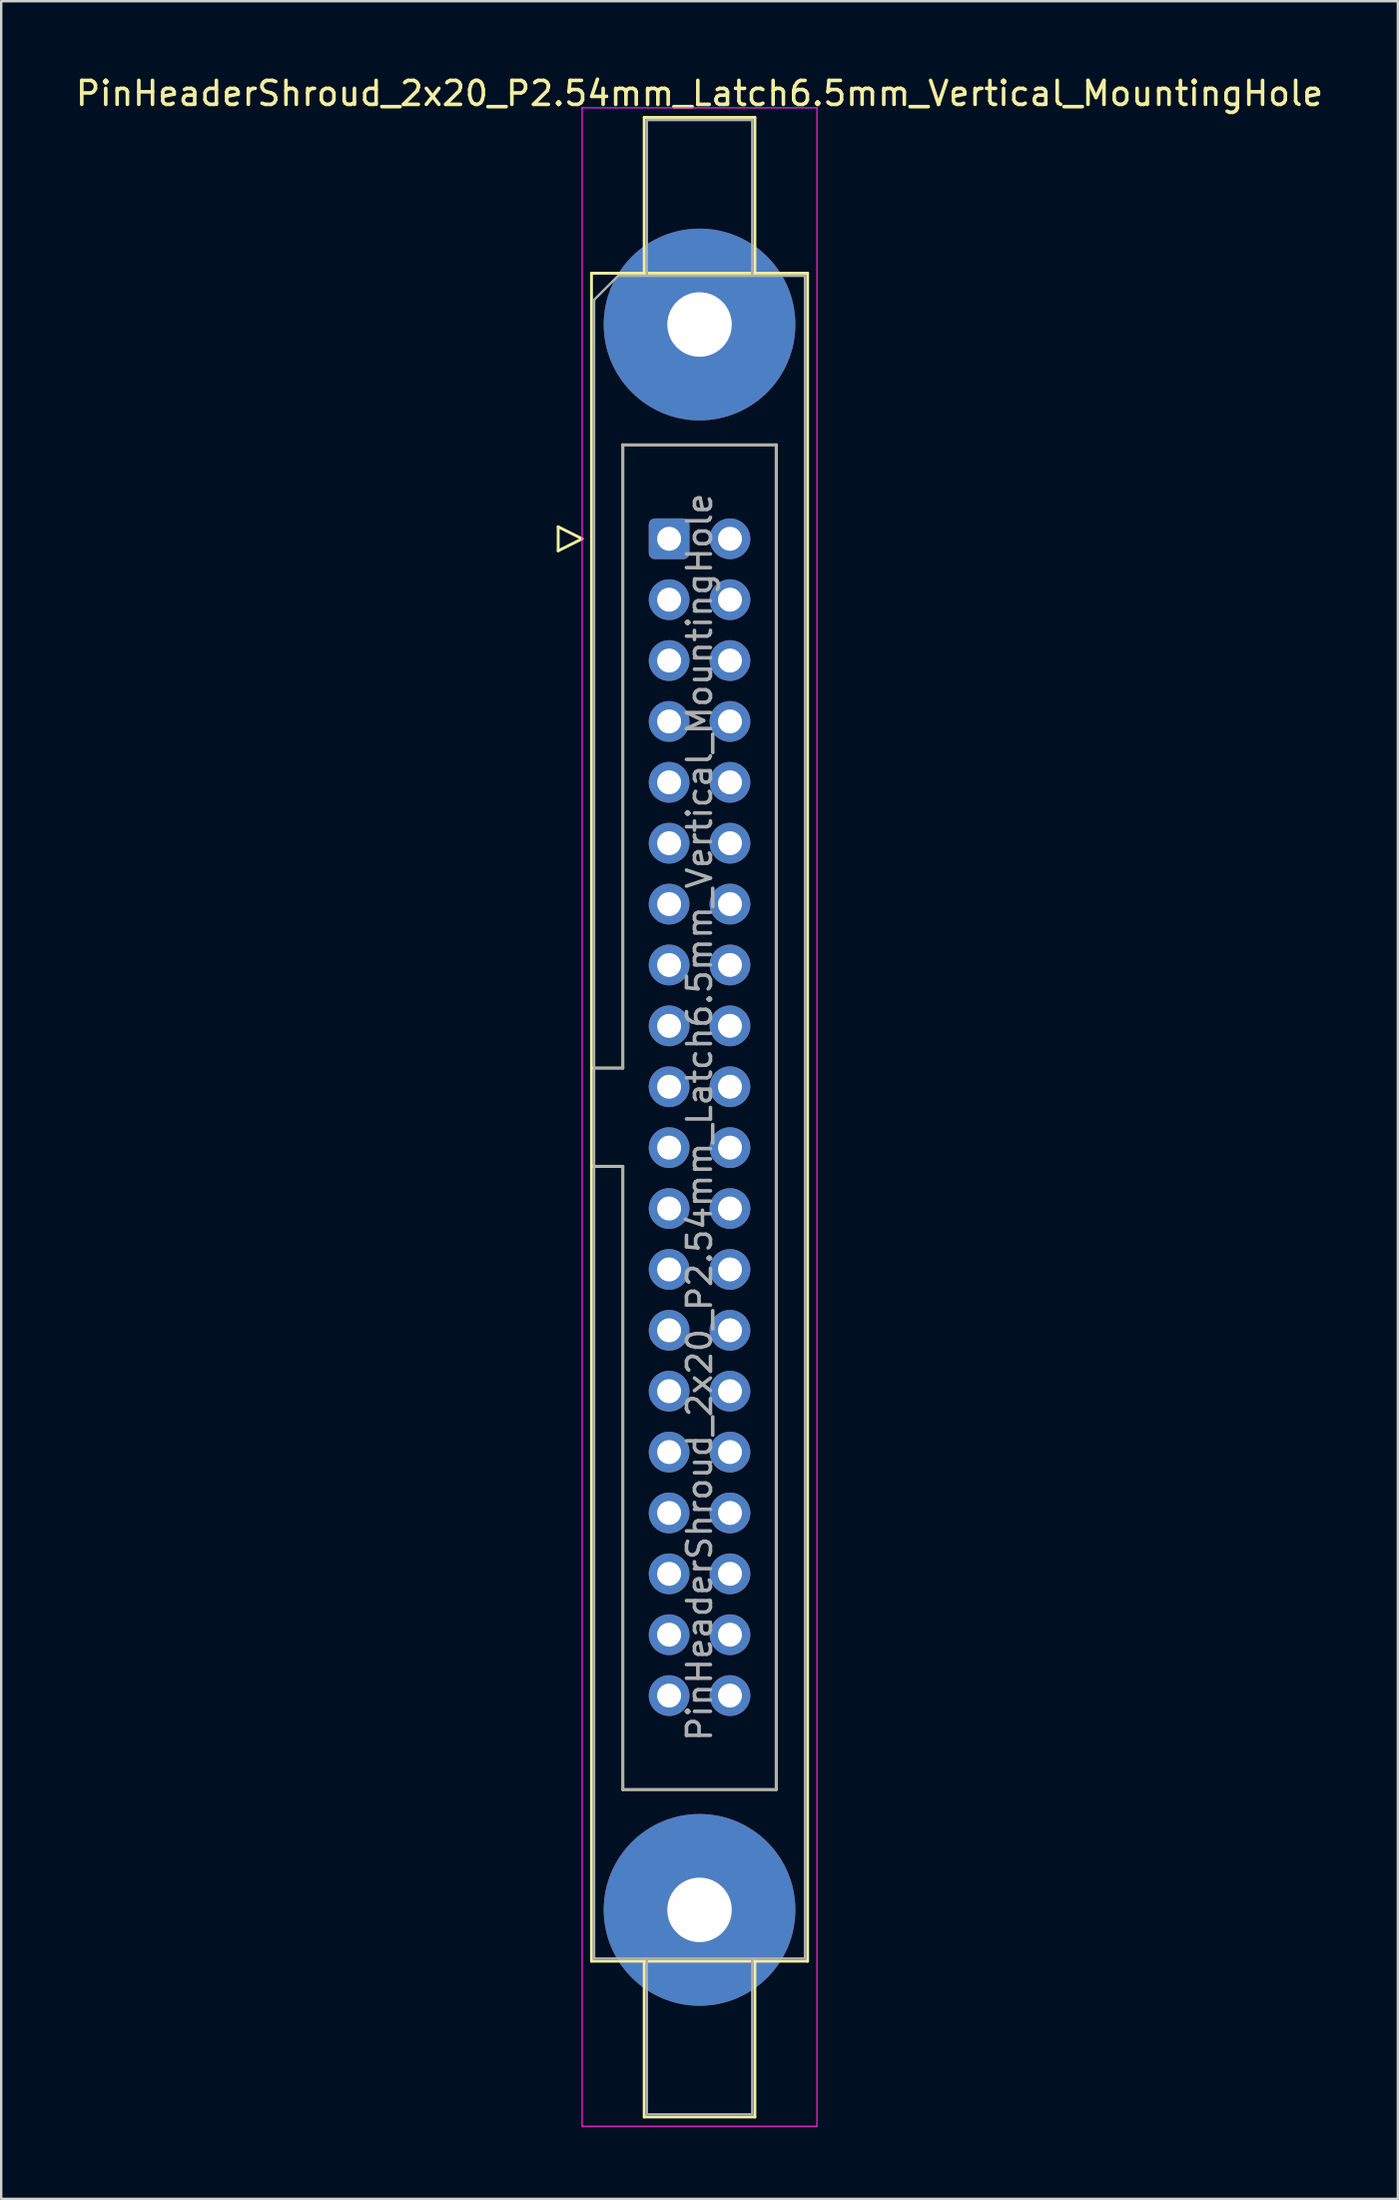
<source format=kicad_pcb>
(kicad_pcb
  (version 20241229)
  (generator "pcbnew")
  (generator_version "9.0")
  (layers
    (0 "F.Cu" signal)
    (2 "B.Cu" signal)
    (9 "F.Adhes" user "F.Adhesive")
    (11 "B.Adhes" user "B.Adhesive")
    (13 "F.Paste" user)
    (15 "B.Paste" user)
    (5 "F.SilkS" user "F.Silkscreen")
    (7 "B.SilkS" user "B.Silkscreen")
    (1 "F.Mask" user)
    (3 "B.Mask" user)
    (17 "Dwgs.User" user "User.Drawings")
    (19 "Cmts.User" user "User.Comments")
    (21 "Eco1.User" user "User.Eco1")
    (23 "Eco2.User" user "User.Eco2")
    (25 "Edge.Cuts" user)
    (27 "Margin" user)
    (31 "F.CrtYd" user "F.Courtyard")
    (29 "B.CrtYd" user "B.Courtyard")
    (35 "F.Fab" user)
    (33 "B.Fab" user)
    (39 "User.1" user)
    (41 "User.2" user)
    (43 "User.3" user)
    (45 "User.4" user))
  (footprint "PinHeaderShroud_2x20_P2.54mm_Latch6.5mm_Vertical_MountingHole"
    (layer "F.Cu")
    (at 24.879 19.428)
    (property "Reference" "PinHeaderShroud_2x20_P2.54mm_Latch6.5mm_Vertical_MountingHole" (at 1.27 -18.58 0) (layer "F.SilkS") (effects (font (size 1 1) (thickness 0.15))))
    (attr through_hole)
    (fp_line (start -4.63 -0.5) (end -4.63 0.5) (stroke (width 0.12) (type solid)) (layer "F.SilkS"))
    (fp_line (start -4.63 0.5) (end -3.63 0) (stroke (width 0.12) (type solid)) (layer "F.SilkS"))
    (fp_line (start -3.63 0) (end -4.63 -0.5) (stroke (width 0.12) (type solid)) (layer "F.SilkS"))
    (fp_line (start -3.24 -11.08) (end 5.78 -11.08) (stroke (width 0.12) (type solid)) (layer "F.SilkS"))
    (fp_line (start -3.24 22.08) (end -1.93 22.08) (stroke (width 0.12) (type solid)) (layer "F.SilkS"))
    (fp_line (start -3.24 26.18) (end -1.93 26.18) (stroke (width 0.12) (type solid)) (layer "F.SilkS"))
    (fp_line (start -3.24 59.34) (end -3.24 -11.08) (stroke (width 0.12) (type solid)) (layer "F.SilkS"))
    (fp_line (start -1.93 -3.92) (end 4.47 -3.92) (stroke (width 0.12) (type solid)) (layer "F.SilkS"))
    (fp_line (start -1.93 22.08) (end -1.93 -3.92) (stroke (width 0.12) (type solid)) (layer "F.SilkS"))
    (fp_line (start -1.93 52.18) (end -1.93 26.18) (stroke (width 0.12) (type solid)) (layer "F.SilkS"))
    (fp_line (start -1.04 -17.58) (end 3.58 -17.58) (stroke (width 0.12) (type solid)) (layer "F.SilkS"))
    (fp_line (start -1.04 -11.08) (end -1.04 -17.58) (stroke (width 0.12) (type solid)) (layer "F.SilkS"))
    (fp_line (start -1.04 59.34) (end -1.04 65.84) (stroke (width 0.12) (type solid)) (layer "F.SilkS"))
    (fp_line (start -1.04 65.84) (end 3.58 65.84) (stroke (width 0.12) (type solid)) (layer "F.SilkS"))
    (fp_line (start 3.58 -17.58) (end 3.58 -11.08) (stroke (width 0.12) (type solid)) (layer "F.SilkS"))
    (fp_line (start 3.58 65.84) (end 3.58 59.34) (stroke (width 0.12) (type solid)) (layer "F.SilkS"))
    (fp_line (start 4.47 -3.92) (end 4.47 52.18) (stroke (width 0.12) (type solid)) (layer "F.SilkS"))
    (fp_line (start 4.47 52.18) (end -1.93 52.18) (stroke (width 0.12) (type solid)) (layer "F.SilkS"))
    (fp_line (start 5.78 -11.08) (end 5.78 59.34) (stroke (width 0.12) (type solid)) (layer "F.SilkS"))
    (fp_line (start 5.78 59.34) (end -3.24 59.34) (stroke (width 0.12) (type solid)) (layer "F.SilkS"))
    (fp_line (start -3.63 -17.98) (end -3.63 66.23) (stroke (width 0.05) (type solid)) (layer "F.CrtYd"))
    (fp_line (start -3.63 66.23) (end 6.17 66.23) (stroke (width 0.05) (type solid)) (layer "F.CrtYd"))
    (fp_line (start 6.17 -17.98) (end -3.63 -17.98) (stroke (width 0.05) (type solid)) (layer "F.CrtYd"))
    (fp_line (start 6.17 66.23) (end 6.17 -17.98) (stroke (width 0.05) (type solid)) (layer "F.CrtYd"))
    (fp_line (start -3.13 -9.97) (end -2.13 -10.97) (stroke (width 0.1) (type solid)) (layer "F.Fab"))
    (fp_line (start -3.13 22.08) (end -1.93 22.08) (stroke (width 0.1) (type solid)) (layer "F.Fab"))
    (fp_line (start -3.13 26.18) (end -1.93 26.18) (stroke (width 0.1) (type solid)) (layer "F.Fab"))
    (fp_line (start -3.13 59.23) (end -3.13 -9.97) (stroke (width 0.1) (type solid)) (layer "F.Fab"))
    (fp_line (start -2.13 -10.97) (end 5.67 -10.97) (stroke (width 0.1) (type solid)) (layer "F.Fab"))
    (fp_line (start -1.93 -3.92) (end 4.47 -3.92) (stroke (width 0.1) (type solid)) (layer "F.Fab"))
    (fp_line (start -1.93 22.08) (end -1.93 -3.92) (stroke (width 0.1) (type solid)) (layer "F.Fab"))
    (fp_line (start -1.93 52.18) (end -1.93 26.18) (stroke (width 0.1) (type solid)) (layer "F.Fab"))
    (fp_line (start -0.93 -17.47) (end 3.47 -17.47) (stroke (width 0.1) (type solid)) (layer "F.Fab"))
    (fp_line (start -0.93 -10.97) (end -0.93 -17.47) (stroke (width 0.1) (type solid)) (layer "F.Fab"))
    (fp_line (start -0.93 59.23) (end -0.93 65.73) (stroke (width 0.1) (type solid)) (layer "F.Fab"))
    (fp_line (start -0.93 65.73) (end 3.47 65.73) (stroke (width 0.1) (type solid)) (layer "F.Fab"))
    (fp_line (start 3.47 -17.47) (end 3.47 -10.97) (stroke (width 0.1) (type solid)) (layer "F.Fab"))
    (fp_line (start 3.47 65.73) (end 3.47 59.23) (stroke (width 0.1) (type solid)) (layer "F.Fab"))
    (fp_line (start 4.47 -3.92) (end 4.47 52.18) (stroke (width 0.1) (type solid)) (layer "F.Fab"))
    (fp_line (start 4.47 52.18) (end -1.93 52.18) (stroke (width 0.1) (type solid)) (layer "F.Fab"))
    (fp_line (start 5.67 -10.97) (end 5.67 59.23) (stroke (width 0.1) (type solid)) (layer "F.Fab"))
    (fp_line (start 5.67 59.23) (end -3.13 59.23) (stroke (width 0.1) (type solid)) (layer "F.Fab"))
    (fp_text user "${REFERENCE}" (at 1.27 24.13 90) (layer "F.Fab") (effects (font (size 1 1) (thickness 0.15))))
    (pad "" thru_hole circle (at 1.27 -8.94) (size 8 8) (drill 2.69) (layers "*.Cu" "*.Mask"))
    (pad "" thru_hole circle (at 1.27 57.2) (size 8 8) (drill 2.69) (layers "*.Cu" "*.Mask"))
    (pad "1" thru_hole roundrect (at 0 0) (size 1.7 1.7) (drill 1) (layers "*.Cu" "*.Mask") (roundrect_rratio 0.147))
    (pad "2" thru_hole circle (at 2.54 0) (size 1.7 1.7) (drill 1) (layers "*.Cu" "*.Mask"))
    (pad "3" thru_hole circle (at 0 2.54) (size 1.7 1.7) (drill 1) (layers "*.Cu" "*.Mask"))
    (pad "4" thru_hole circle (at 2.54 2.54) (size 1.7 1.7) (drill 1) (layers "*.Cu" "*.Mask"))
    (pad "5" thru_hole circle (at 0 5.08) (size 1.7 1.7) (drill 1) (layers "*.Cu" "*.Mask"))
    (pad "6" thru_hole circle (at 2.54 5.08) (size 1.7 1.7) (drill 1) (layers "*.Cu" "*.Mask"))
    (pad "7" thru_hole circle (at 0 7.62) (size 1.7 1.7) (drill 1) (layers "*.Cu" "*.Mask"))
    (pad "8" thru_hole circle (at 2.54 7.62) (size 1.7 1.7) (drill 1) (layers "*.Cu" "*.Mask"))
    (pad "9" thru_hole circle (at 0 10.16) (size 1.7 1.7) (drill 1) (layers "*.Cu" "*.Mask"))
    (pad "10" thru_hole circle (at 2.54 10.16) (size 1.7 1.7) (drill 1) (layers "*.Cu" "*.Mask"))
    (pad "11" thru_hole circle (at 0 12.7) (size 1.7 1.7) (drill 1) (layers "*.Cu" "*.Mask"))
    (pad "12" thru_hole circle (at 2.54 12.7) (size 1.7 1.7) (drill 1) (layers "*.Cu" "*.Mask"))
    (pad "13" thru_hole circle (at 0 15.24) (size 1.7 1.7) (drill 1) (layers "*.Cu" "*.Mask"))
    (pad "14" thru_hole circle (at 2.54 15.24) (size 1.7 1.7) (drill 1) (layers "*.Cu" "*.Mask"))
    (pad "15" thru_hole circle (at 0 17.78) (size 1.7 1.7) (drill 1) (layers "*.Cu" "*.Mask"))
    (pad "16" thru_hole circle (at 2.54 17.78) (size 1.7 1.7) (drill 1) (layers "*.Cu" "*.Mask"))
    (pad "17" thru_hole circle (at 0 20.32) (size 1.7 1.7) (drill 1) (layers "*.Cu" "*.Mask"))
    (pad "18" thru_hole circle (at 2.54 20.32) (size 1.7 1.7) (drill 1) (layers "*.Cu" "*.Mask"))
    (pad "19" thru_hole circle (at 0 22.86) (size 1.7 1.7) (drill 1) (layers "*.Cu" "*.Mask"))
    (pad "20" thru_hole circle (at 2.54 22.86) (size 1.7 1.7) (drill 1) (layers "*.Cu" "*.Mask"))
    (pad "21" thru_hole circle (at 0 25.4) (size 1.7 1.7) (drill 1) (layers "*.Cu" "*.Mask"))
    (pad "22" thru_hole circle (at 2.54 25.4) (size 1.7 1.7) (drill 1) (layers "*.Cu" "*.Mask"))
    (pad "23" thru_hole circle (at 0 27.94) (size 1.7 1.7) (drill 1) (layers "*.Cu" "*.Mask"))
    (pad "24" thru_hole circle (at 2.54 27.94) (size 1.7 1.7) (drill 1) (layers "*.Cu" "*.Mask"))
    (pad "25" thru_hole circle (at 0 30.48) (size 1.7 1.7) (drill 1) (layers "*.Cu" "*.Mask"))
    (pad "26" thru_hole circle (at 2.54 30.48) (size 1.7 1.7) (drill 1) (layers "*.Cu" "*.Mask"))
    (pad "27" thru_hole circle (at 0 33.02) (size 1.7 1.7) (drill 1) (layers "*.Cu" "*.Mask"))
    (pad "28" thru_hole circle (at 2.54 33.02) (size 1.7 1.7) (drill 1) (layers "*.Cu" "*.Mask"))
    (pad "29" thru_hole circle (at 0 35.56) (size 1.7 1.7) (drill 1) (layers "*.Cu" "*.Mask"))
    (pad "30" thru_hole circle (at 2.54 35.56) (size 1.7 1.7) (drill 1) (layers "*.Cu" "*.Mask"))
    (pad "31" thru_hole circle (at 0 38.1) (size 1.7 1.7) (drill 1) (layers "*.Cu" "*.Mask"))
    (pad "32" thru_hole circle (at 2.54 38.1) (size 1.7 1.7) (drill 1) (layers "*.Cu" "*.Mask"))
    (pad "33" thru_hole circle (at 0 40.64) (size 1.7 1.7) (drill 1) (layers "*.Cu" "*.Mask"))
    (pad "34" thru_hole circle (at 2.54 40.64) (size 1.7 1.7) (drill 1) (layers "*.Cu" "*.Mask"))
    (pad "35" thru_hole circle (at 0 43.18) (size 1.7 1.7) (drill 1) (layers "*.Cu" "*.Mask"))
    (pad "36" thru_hole circle (at 2.54 43.18) (size 1.7 1.7) (drill 1) (layers "*.Cu" "*.Mask"))
    (pad "37" thru_hole circle (at 0 45.72) (size 1.7 1.7) (drill 1) (layers "*.Cu" "*.Mask"))
    (pad "38" thru_hole circle (at 2.54 45.72) (size 1.7 1.7) (drill 1) (layers "*.Cu" "*.Mask"))
    (pad "39" thru_hole circle (at 0 48.26) (size 1.7 1.7) (drill 1) (layers "*.Cu" "*.Mask"))
    (pad "40" thru_hole circle (at 2.54 48.26) (size 1.7 1.7) (drill 1) (layers "*.Cu" "*.Mask")))
  (gr_rect
    (start -3 -3)
    (end 55.298 88.683)
    (stroke (width 0.1) (type default))
    (fill no)
    (layer "Edge.Cuts")))
</source>
